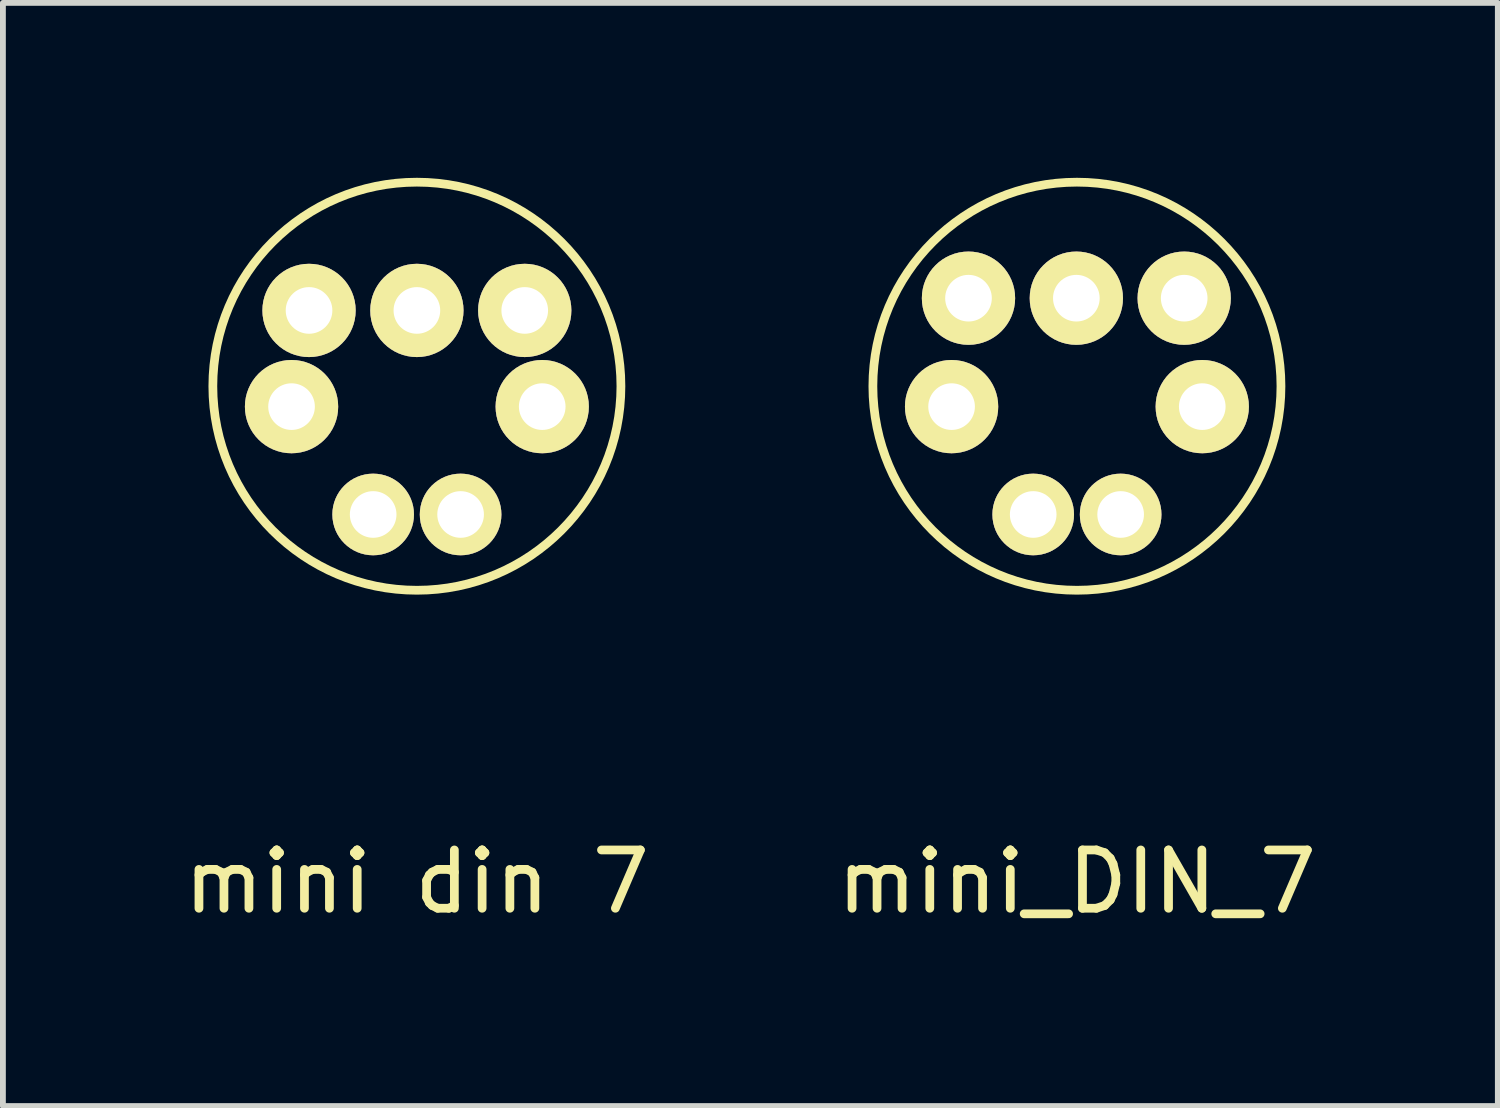
<source format=kicad_pcb>
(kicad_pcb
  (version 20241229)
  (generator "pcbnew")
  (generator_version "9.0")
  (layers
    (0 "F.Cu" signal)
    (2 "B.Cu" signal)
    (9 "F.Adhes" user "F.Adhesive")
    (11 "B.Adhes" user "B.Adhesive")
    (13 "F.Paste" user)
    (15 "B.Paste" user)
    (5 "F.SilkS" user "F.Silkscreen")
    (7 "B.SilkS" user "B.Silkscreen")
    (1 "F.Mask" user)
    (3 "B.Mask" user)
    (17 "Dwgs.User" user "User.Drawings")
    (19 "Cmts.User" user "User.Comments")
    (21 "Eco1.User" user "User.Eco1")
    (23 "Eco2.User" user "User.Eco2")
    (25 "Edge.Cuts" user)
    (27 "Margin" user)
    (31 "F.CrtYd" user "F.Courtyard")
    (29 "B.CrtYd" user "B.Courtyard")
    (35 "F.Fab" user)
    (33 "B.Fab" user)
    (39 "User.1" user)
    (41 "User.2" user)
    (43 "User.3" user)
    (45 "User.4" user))
  (footprint "mini din 7"
    (layer "F.Cu")
    (at 4.101 11.575)
    (property "Reference" "mini din 7" (at 0 0.5 0) (layer "F.SilkS") (effects (font (size 1 1) (thickness 0.15))))
    (attr through_hole)
    (fp_circle (center 0 -8) (end 3.5 -8) (stroke (width 0.15) (type solid)) (fill no) (layer "F.SilkS"))
    (pad "1" thru_hole circle (at 0.75 -5.8) (size 1.4 1.4) (drill 0.8) (layers "*.Cu" "*.Mask" "F.SilkS"))
    (pad "2" thru_hole circle (at -0.75 -5.8) (size 1.4 1.4) (drill 0.8) (layers "*.Cu" "*.Mask" "F.SilkS"))
    (pad "3" thru_hole circle (at 2.15 -7.65) (size 1.6 1.6) (drill 0.8) (layers "*.Cu" "*.Mask" "F.SilkS"))
    (pad "4" thru_hole circle (at -2.15 -7.65) (size 1.6 1.6) (drill 0.8) (layers "*.Cu" "*.Mask" "F.SilkS"))
    (pad "5" thru_hole circle (at 1.85 -9.3) (size 1.6 1.6) (drill 0.8) (layers "*.Cu" "*.Mask" "F.SilkS"))
    (pad "6" thru_hole circle (at 0 -9.3) (size 1.6 1.6) (drill 0.8) (layers "*.Cu" "*.Mask" "F.SilkS"))
    (pad "7" thru_hole circle (at -1.85 -9.3) (size 1.6 1.6) (drill 0.8) (layers "*.Cu" "*.Mask" "F.SilkS")))
  (footprint "mini_DIN_7"
    (layer "F.Cu")
    (at 15.423 11.575)
    (property "Reference" "mini_DIN_7" (at 0 0.5 0) (layer "F.SilkS") (effects (font (size 1 1) (thickness 0.15))))
    (attr through_hole)
    (fp_circle (center 0 -8) (end 3.5 -8) (stroke (width 0.15) (type solid)) (fill no) (layer "F.SilkS"))
    (pad "1" thru_hole circle (at 0.75 -5.8) (size 1.4 1.4) (drill 0.8) (layers "*.Cu" "*.Mask" "F.SilkS"))
    (pad "2" thru_hole circle (at -0.75 -5.8) (size 1.4 1.4) (drill 0.8) (layers "*.Cu" "*.Mask" "F.SilkS"))
    (pad "3" thru_hole circle (at 2.15 -7.65) (size 1.6 1.6) (drill 0.8) (layers "*.Cu" "*.Mask" "F.SilkS"))
    (pad "4" thru_hole circle (at -2.15 -7.65) (size 1.6 1.6) (drill 0.8) (layers "*.Cu" "*.Mask" "F.SilkS"))
    (pad "5" thru_hole circle (at 1.84 -9.51) (size 1.6 1.6) (drill 0.8) (layers "*.Cu" "*.Mask" "F.SilkS"))
    (pad "6" thru_hole circle (at -0.01 -9.51) (size 1.6 1.6) (drill 0.8) (layers "*.Cu" "*.Mask" "F.SilkS"))
    (pad "7" thru_hole circle (at -1.86 -9.51) (size 1.6 1.6) (drill 0.8) (layers "*.Cu" "*.Mask" "F.SilkS")))
  (gr_rect
    (start -3 -3)
    (end 22.643 15.923)
    (stroke (width 0.1) (type default))
    (fill no)
    (layer "Edge.Cuts")))
</source>
